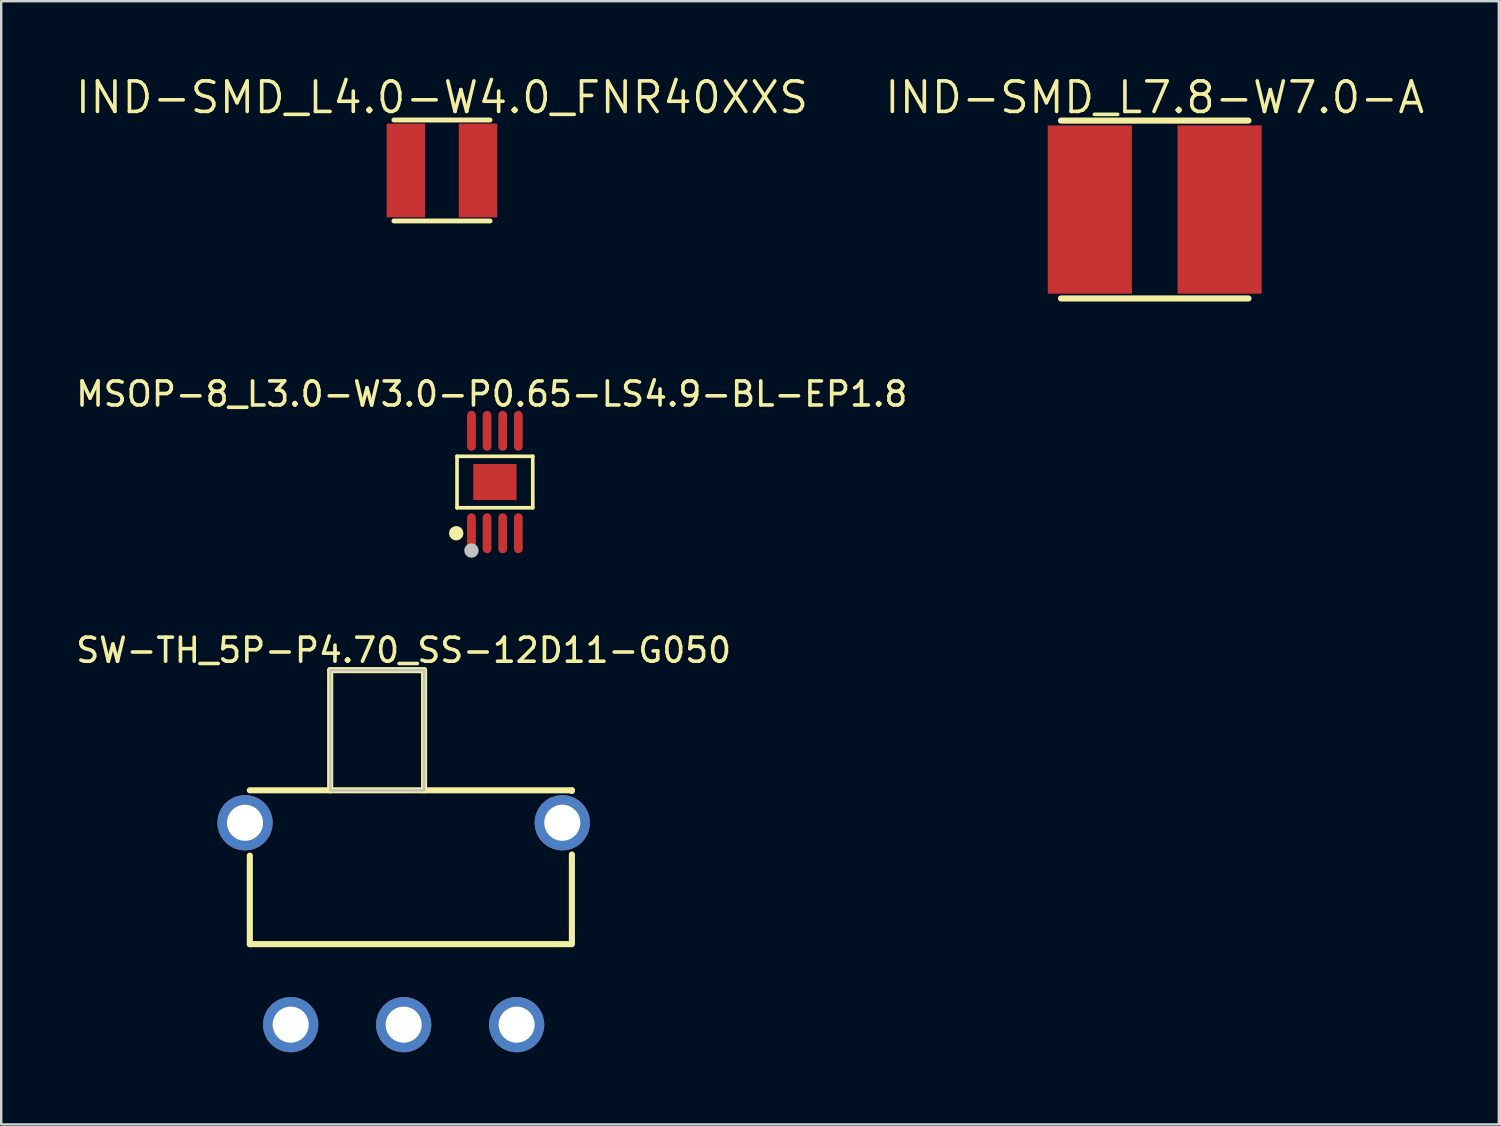
<source format=kicad_pcb>
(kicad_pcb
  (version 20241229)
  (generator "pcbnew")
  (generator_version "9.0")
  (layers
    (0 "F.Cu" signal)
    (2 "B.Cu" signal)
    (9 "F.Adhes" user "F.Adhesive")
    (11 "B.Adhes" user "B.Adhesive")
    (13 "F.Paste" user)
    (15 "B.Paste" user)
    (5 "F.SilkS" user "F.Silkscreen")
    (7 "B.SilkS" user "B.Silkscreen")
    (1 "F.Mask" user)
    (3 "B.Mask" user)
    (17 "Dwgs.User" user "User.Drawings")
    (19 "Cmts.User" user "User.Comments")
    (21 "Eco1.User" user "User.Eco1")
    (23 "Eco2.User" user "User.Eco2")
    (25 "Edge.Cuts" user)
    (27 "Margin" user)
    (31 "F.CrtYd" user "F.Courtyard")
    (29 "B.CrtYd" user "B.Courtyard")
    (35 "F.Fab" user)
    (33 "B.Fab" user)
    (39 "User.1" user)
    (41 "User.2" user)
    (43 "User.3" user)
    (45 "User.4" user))
  (footprint "MSOP-8_L3.0-W3.0-P0.65-LS4.9-BL-EP1.8"
    (layer "F.Cu")
    (at 17.54 17.005)
    (property "Reference" "MSOP-8_L3.0-W3.0-P0.65-LS4.9-BL-EP1.8" (at -0.129 -3.662 0) (layer "F.SilkS") (effects (font (size 1 1) (thickness 0.15))))
    (fp_line (start -1.576 -1.071) (end 1.576 -1.071) (stroke (width 0.152) (type default)) (layer "F.SilkS"))
    (fp_line (start -1.576 1.071) (end -1.576 -1.071) (stroke (width 0.152) (type default)) (layer "F.SilkS"))
    (fp_line (start 1.576 -1.071) (end 1.576 1.071) (stroke (width 0.152) (type default)) (layer "F.SilkS"))
    (fp_line (start 1.576 1.071) (end -1.576 1.071) (stroke (width 0.152) (type default)) (layer "F.SilkS"))
    (fp_circle (center -1.609 2.131) (end -1.459 2.131) (stroke (width 0.3) (type default)) (fill no) (layer "F.SilkS"))
    (fp_circle (center -0.975 2.85) (end -0.825 2.85) (stroke (width 0.3) (type default)) (fill no) (layer "Dwgs.User"))
    (fp_poly (pts (xy -1.133 -1.9) (xy -1.133 -2.45) (xy -0.818 -2.45) (xy -0.818 -1.9)) (stroke (width 0.1) (type default)) (fill no) (layer "User.1"))
    (fp_poly (pts (xy -1.133 -1.49) (xy -1.133 -1.91) (xy -0.818 -1.91) (xy -0.818 -1.49)) (stroke (width 0.1) (type default)) (fill no) (layer "User.1"))
    (fp_poly (pts (xy -1.133 1.91) (xy -1.133 1.49) (xy -0.818 1.49) (xy -0.818 1.91)) (stroke (width 0.1) (type default)) (fill no) (layer "User.1"))
    (fp_poly (pts (xy -1.133 2.45) (xy -1.133 1.9) (xy -0.818 1.9) (xy -0.818 2.45)) (stroke (width 0.1) (type default)) (fill no) (layer "User.1"))
    (fp_poly (pts (xy -0.9 0.75) (xy -0.9 -0.75) (xy 0.9 -0.75) (xy 0.9 0.75)) (stroke (width 0.1) (type default)) (fill no) (layer "User.1"))
    (fp_poly (pts (xy -0.482 -1.9) (xy -0.482 -2.45) (xy -0.168 -2.45) (xy -0.168 -1.9)) (stroke (width 0.1) (type default)) (fill no) (layer "User.1"))
    (fp_poly (pts (xy -0.482 -1.49) (xy -0.482 -1.91) (xy -0.168 -1.91) (xy -0.168 -1.49)) (stroke (width 0.1) (type default)) (fill no) (layer "User.1"))
    (fp_poly (pts (xy -0.482 1.91) (xy -0.482 1.49) (xy -0.168 1.49) (xy -0.168 1.91)) (stroke (width 0.1) (type default)) (fill no) (layer "User.1"))
    (fp_poly (pts (xy -0.482 2.45) (xy -0.482 1.9) (xy -0.168 1.9) (xy -0.168 2.45)) (stroke (width 0.1) (type default)) (fill no) (layer "User.1"))
    (fp_poly (pts (xy 0.168 -1.9) (xy 0.168 -2.45) (xy 0.482 -2.45) (xy 0.482 -1.9)) (stroke (width 0.1) (type default)) (fill no) (layer "User.1"))
    (fp_poly (pts (xy 0.168 -1.49) (xy 0.168 -1.91) (xy 0.482 -1.91) (xy 0.482 -1.49)) (stroke (width 0.1) (type default)) (fill no) (layer "User.1"))
    (fp_poly (pts (xy 0.168 1.91) (xy 0.168 1.49) (xy 0.482 1.49) (xy 0.482 1.91)) (stroke (width 0.1) (type default)) (fill no) (layer "User.1"))
    (fp_poly (pts (xy 0.168 2.45) (xy 0.168 1.9) (xy 0.482 1.9) (xy 0.482 2.45)) (stroke (width 0.1) (type default)) (fill no) (layer "User.1"))
    (fp_poly (pts (xy 0.818 -1.9) (xy 0.818 -2.45) (xy 1.133 -2.45) (xy 1.133 -1.9)) (stroke (width 0.1) (type default)) (fill no) (layer "User.1"))
    (fp_poly (pts (xy 0.818 -1.49) (xy 0.818 -1.91) (xy 1.133 -1.91) (xy 1.133 -1.49)) (stroke (width 0.1) (type default)) (fill no) (layer "User.1"))
    (fp_poly (pts (xy 0.818 1.91) (xy 0.818 1.49) (xy 1.133 1.49) (xy 1.133 1.91)) (stroke (width 0.1) (type default)) (fill no) (layer "User.1"))
    (fp_poly (pts (xy 0.818 2.45) (xy 0.818 1.9) (xy 1.133 1.9) (xy 1.133 2.45)) (stroke (width 0.1) (type default)) (fill no) (layer "User.1"))
    (fp_line (start -1.5 -1.5) (end 1.5 -1.5) (stroke (width 0.051) (type default)) (layer "User.2"))
    (fp_line (start -1.5 1.5) (end -1.5 -1.5) (stroke (width 0.051) (type default)) (layer "User.2"))
    (fp_line (start 1.5 -1.5) (end 1.5 1.5) (stroke (width 0.051) (type default)) (layer "User.2"))
    (fp_line (start 1.5 1.5) (end -1.5 1.5) (stroke (width 0.051) (type default)) (layer "User.2"))
    (fp_poly (pts (xy -1.445 2.427) (xy -1.477 2.395) (xy -1.523 2.395) (xy -1.555 2.427) (xy -1.555 2.473) (xy -1.523 2.505) (xy -1.477 2.505) (xy -1.445 2.473)) (stroke (width 0.1) (type default)) (fill no) (layer "User.3"))
    (pad "1" smd oval (at -0.975 2.131) (size 0.364 1.662) (layers "F.Cu" "F.Mask" "F.Paste"))
    (pad "2" smd oval (at -0.325 2.131) (size 0.364 1.662) (layers "F.Cu" "F.Mask" "F.Paste"))
    (pad "3" smd oval (at 0.325 2.131) (size 0.364 1.662) (layers "F.Cu" "F.Mask" "F.Paste"))
    (pad "4" smd oval (at 0.975 2.131) (size 0.364 1.662) (layers "F.Cu" "F.Mask" "F.Paste"))
    (pad "5" smd oval (at 0.975 -2.131) (size 0.364 1.662) (layers "F.Cu" "F.Mask" "F.Paste"))
    (pad "6" smd oval (at 0.325 -2.131) (size 0.364 1.662) (layers "F.Cu" "F.Mask" "F.Paste"))
    (pad "7" smd oval (at -0.325 -2.131) (size 0.364 1.662) (layers "F.Cu" "F.Mask" "F.Paste"))
    (pad "8" smd oval (at -0.975 -2.131) (size 0.364 1.662) (layers "F.Cu" "F.Mask" "F.Paste"))
    (pad "9" smd rect (at 0 0 90) (size 1.5 1.8) (layers "F.Cu" "F.Mask" "F.Paste")))
  (footprint "IND-SMD_L4.0-W4.0_FNR40XXS"
    (layer "F.Cu")
    (at 15.338 4.043)
    (property "Reference" "IND-SMD_L4.0-W4.0_FNR40XXS" (at 0 -3.037 0) (layer "F.SilkS") (effects (font (size 1.27 1.27) (thickness 0.15))))
    (fp_line (start -2 -2.1) (end 2 -2.1) (stroke (width 0.203) (type default)) (layer "F.SilkS"))
    (fp_line (start -2 2.1) (end 2 2.1) (stroke (width 0.203) (type default)) (layer "F.SilkS"))
    (fp_circle (center -2 2.003) (end -1.97 2.003) (stroke (width 0.06) (type default)) (fill no) (layer "User.5"))
    (pad "1" smd rect (at -1.5 0) (size 1.6 3.9) (layers "F.Cu" "F.Mask" "F.Paste"))
    (pad "2" smd rect (at 1.5 0) (size 1.6 3.9) (layers "F.Cu" "F.Mask" "F.Paste"))
    (zone (net_name "") (layer "User.3") (hatch edge 0.5) (priority 100) (connect_pads yes) (min_thickness 0) (filled_areas_thickness no) (fill yes) (polygon (pts (xy 13.338 6.043) (xy 13.338 2.043) (xy 17.338 2.043) (xy 17.338 6.043))) (filled_polygon (layer "User.3") (island) (pts (xy 13.338 6.043) (xy 13.338 2.043) (xy 17.338 2.043) (xy 17.338 6.043))))
    (zone (net_name "") (layer "User.4") (hatch edge 0.5) (priority 100) (connect_pads yes) (min_thickness 0) (filled_areas_thickness no) (fill yes) (polygon (pts (xy 14.288 2.393) (xy 14.288 5.693) (xy 13.338 5.693) (xy 13.338 2.393))) (filled_polygon (layer "User.4") (island) (pts (xy 14.288 2.393) (xy 14.288 5.693) (xy 13.338 5.693) (xy 13.338 2.393))))
    (zone (net_name "") (layer "User.4") (hatch edge 0.5) (priority 100) (connect_pads yes) (min_thickness 0) (filled_areas_thickness no) (fill yes) (polygon (pts (xy 17.339 2.393) (xy 17.339 5.693) (xy 16.389 5.693) (xy 16.389 2.393))) (filled_polygon (layer "User.4") (island) (pts (xy 17.339 2.393) (xy 17.339 5.693) (xy 16.389 5.693) (xy 16.389 2.393)))))
  (footprint "IND-SMD_L7.8-W7.0-A"
    (layer "F.Cu")
    (at 44.992 5.668)
    (property "Reference" "IND-SMD_L7.8-W7.0-A" (at 0 -4.662 0) (layer "F.SilkS") (effects (font (size 1.27 1.27) (thickness 0.15))))
    (fp_line (start -3.9 -3.7) (end 3.9 -3.7) (stroke (width 0.254) (type default)) (layer "F.SilkS"))
    (fp_line (start -3.9 3.7) (end 3.9 3.7) (stroke (width 0.254) (type default)) (layer "F.SilkS"))
    (fp_circle (center -3.9 3.5) (end -3.87 3.5) (stroke (width 0.06) (type default)) (fill no) (layer "User.5"))
    (pad "1" smd rect (at -2.7 0) (size 3.5 7) (layers "F.Cu" "F.Mask" "F.Paste"))
    (pad "2" smd rect (at 2.7 0) (size 3.5 7) (layers "F.Cu" "F.Mask" "F.Paste"))
    (zone (net_name "") (layer "User.3") (hatch edge 0.5) (priority 100) (connect_pads yes) (min_thickness 0) (filled_areas_thickness no) (fill yes) (polygon (pts (xy 47.092 2.378) (xy 46.712 2.168) (xy 46.707 2.168) (xy 46.352 2.168) (xy 45.092 2.168) (xy 44.892 2.168) (xy 43.272 2.168) (xy 42.997 2.323) (xy 42.467 2.658) (xy 42.152 3.033) (xy 41.692 3.588) (xy 41.362 4.213) (xy 41.187 4.863) (xy 41.107 5.358) (xy 41.127 5.973) (xy 41.262 6.853) (xy 41.577 7.538) (xy 41.882 8.018) (xy 42.197 8.393) (xy 42.502 8.683) (xy 42.722 8.838) (xy 42.892 8.958) (xy 43.272 9.168) (xy 43.277 9.168) (xy 43.632 9.168) (xy 44.892 9.168) (xy 45.092 9.168) (xy 46.712 9.168) (xy 46.987 9.013) (xy 47.517 8.678) (xy 47.832 8.303) (xy 48.292 7.748) (xy 48.622 7.123) (xy 48.797 6.473) (xy 48.877 5.978) (xy 48.857 5.363) (xy 48.722 4.483) (xy 48.407 3.798) (xy 48.102 3.318) (xy 47.787 2.943) (xy 47.482 2.653) (xy 47.262 2.498))) (filled_polygon (layer "User.3") (island) (pts (xy 47.092 2.378) (xy 46.712 2.168) (xy 46.707 2.168) (xy 46.352 2.168) (xy 45.092 2.168) (xy 44.892 2.168) (xy 43.272 2.168) (xy 42.997 2.323) (xy 42.467 2.658) (xy 42.152 3.033) (xy 41.692 3.588) (xy 41.362 4.213) (xy 41.187 4.863) (xy 41.107 5.358) (xy 41.127 5.973) (xy 41.262 6.853) (xy 41.577 7.538) (xy 41.882 8.018) (xy 42.197 8.393) (xy 42.502 8.683) (xy 42.722 8.838) (xy 42.892 8.958) (xy 43.272 9.168) (xy 43.277 9.168) (xy 43.632 9.168) (xy 44.892 9.168) (xy 45.092 9.168) (xy 46.712 9.168) (xy 46.987 9.013) (xy 47.517 8.678) (xy 47.832 8.303) (xy 48.292 7.748) (xy 48.622 7.123) (xy 48.797 6.473) (xy 48.877 5.978) (xy 48.857 5.363) (xy 48.722 4.483) (xy 48.407 3.798) (xy 48.102 3.318) (xy 47.787 2.943) (xy 47.482 2.653) (xy 47.262 2.498))))
    (zone (net_name "") (layer "User.4") (hatch edge 0.5) (priority 100) (connect_pads yes) (min_thickness 0) (filled_areas_thickness no) (fill yes) (polygon (pts (xy 43.992 2.168) (xy 43.992 9.168) (xy 43.272 9.168) (xy 42.892 8.958) (xy 42.502 8.683) (xy 42.197 8.393) (xy 41.882 8.018) (xy 41.577 7.538) (xy 41.262 6.853) (xy 41.127 5.973) (xy 41.107 5.358) (xy 41.187 4.863) (xy 41.362 4.213) (xy 41.692 3.588) (xy 42.152 3.033) (xy 42.467 2.658) (xy 42.997 2.323) (xy 43.272 2.168))) (filled_polygon (layer "User.4") (island) (pts (xy 43.992 2.168) (xy 43.992 9.168) (xy 43.272 9.168) (xy 42.892 8.958) (xy 42.502 8.683) (xy 42.197 8.393) (xy 41.882 8.018) (xy 41.577 7.538) (xy 41.262 6.853) (xy 41.127 5.973) (xy 41.107 5.358) (xy 41.187 4.863) (xy 41.362 4.213) (xy 41.692 3.588) (xy 42.152 3.033) (xy 42.467 2.658) (xy 42.997 2.323) (xy 43.272 2.168))))
    (zone (net_name "") (layer "User.4") (hatch edge 0.5) (priority 100) (connect_pads yes) (min_thickness 0) (filled_areas_thickness no) (fill yes) (polygon (pts (xy 45.992 9.168) (xy 45.992 2.168) (xy 46.712 2.168) (xy 47.092 2.378) (xy 47.482 2.653) (xy 47.787 2.943) (xy 48.102 3.318) (xy 48.407 3.798) (xy 48.722 4.483) (xy 48.857 5.363) (xy 48.877 5.978) (xy 48.797 6.473) (xy 48.622 7.123) (xy 48.292 7.748) (xy 47.832 8.303) (xy 47.517 8.678) (xy 46.987 9.013) (xy 46.712 9.168))) (filled_polygon (layer "User.4") (island) (pts (xy 45.992 9.168) (xy 45.992 2.168) (xy 46.712 2.168) (xy 47.092 2.378) (xy 47.482 2.653) (xy 47.787 2.943) (xy 48.102 3.318) (xy 48.407 3.798) (xy 48.722 4.483) (xy 48.857 5.363) (xy 48.877 5.978) (xy 48.797 6.473) (xy 48.622 7.123) (xy 48.292 7.748) (xy 47.832 8.303) (xy 47.517 8.678) (xy 46.987 9.013) (xy 46.712 9.168)))))
  (footprint "SW-TH_5P-P4.70_SS-12D11-G050"
    (layer "F.Cu")
    (at 13.744 35.381)
    (property "Reference" "SW-TH_5P-P4.70_SS-12D11-G050" (at 0 -11.377 0) (layer "F.SilkS") (effects (font (size 1 1) (thickness 0.15))))
    (fp_line (start -6.4 -5.55) (end 7 -5.55) (stroke (width 0.254) (type default)) (layer "F.SilkS"))
    (fp_line (start -6.4 0.85) (end -6.4 -2.833) (stroke (width 0.254) (type default)) (layer "F.SilkS"))
    (fp_line (start -3.057 -10.55) (end 0.85 -10.55) (stroke (width 0.254) (type default)) (layer "F.SilkS"))
    (fp_line (start -3.057 -5.55) (end -3.057 -10.55) (stroke (width 0.254) (type default)) (layer "F.SilkS"))
    (fp_line (start 0.85 -10.55) (end 0.85 -5.55) (stroke (width 0.254) (type default)) (layer "F.SilkS"))
    (fp_line (start 6.4 0.85) (end -6.4 0.85) (stroke (width 0.254) (type default)) (layer "F.SilkS"))
    (fp_line (start 6.4 0.85) (end 7 0.85) (stroke (width 0.254) (type default)) (layer "F.SilkS"))
    (fp_line (start 7 -5.55) (end 7 -5.522) (stroke (width 0.254) (type default)) (layer "F.SilkS"))
    (fp_line (start 7 -2.878) (end 7 0.8) (stroke (width 0.254) (type default)) (layer "F.SilkS"))
    (fp_poly (pts (xy -3.05 -10.55) (xy -3.05 -5.55) (xy 0.85 -5.55) (xy 0.85 -10.55)) (stroke (width 0.1) (type default)) (fill no) (layer "Dwgs.User"))
    (fp_poly (pts (xy -6.95 -4.8) (xy -6.25 -4.8) (xy -6.25 -3.6) (xy -6.95 -3.6)) (stroke (width 0.1) (type default)) (fill no) (layer "User.1"))
    (fp_poly (pts (xy -5.05 3.55) (xy -4.35 3.55) (xy -4.35 4.85) (xy -5.05 4.85)) (stroke (width 0.1) (type default)) (fill no) (layer "User.1"))
    (fp_poly (pts (xy -5.05 3.75) (xy -4.35 3.75) (xy -4.35 0.8) (xy -5.05 0.8)) (stroke (width 0.1) (type default)) (fill no) (layer "User.1"))
    (fp_poly (pts (xy -0.35 3.55) (xy 0.35 3.55) (xy 0.35 4.85) (xy -0.35 4.85)) (stroke (width 0.1) (type default)) (fill no) (layer "User.1"))
    (fp_poly (pts (xy -0.35 3.75) (xy 0.35 3.75) (xy 0.35 0.8) (xy -0.35 0.8)) (stroke (width 0.1) (type default)) (fill no) (layer "User.1"))
    (fp_poly (pts (xy 4.35 3.55) (xy 5.05 3.55) (xy 5.05 4.85) (xy 4.35 4.85)) (stroke (width 0.1) (type default)) (fill no) (layer "User.1"))
    (fp_poly (pts (xy 4.35 3.75) (xy 5.05 3.75) (xy 5.05 0.8) (xy 4.35 0.8)) (stroke (width 0.1) (type default)) (fill no) (layer "User.1"))
    (fp_poly (pts (xy 6.25 -4.8) (xy 6.95 -4.8) (xy 6.95 -3.6) (xy 6.25 -3.6)) (stroke (width 0.1) (type default)) (fill no) (layer "User.1"))
    (fp_line (start -6.4 -5.55) (end -6.4 0.85) (stroke (width 0.051) (type default)) (layer "User.2"))
    (fp_line (start -6.4 0.85) (end 7 0.85) (stroke (width 0.051) (type default)) (layer "User.2"))
    (fp_line (start -3.05 -10.55) (end -3.05 -5.55) (stroke (width 0.051) (type default)) (layer "User.2"))
    (fp_line (start -3.05 -5.55) (end -6.4 -5.55) (stroke (width 0.051) (type default)) (layer "User.2"))
    (fp_line (start 0.85 -10.55) (end -3.05 -10.55) (stroke (width 0.051) (type default)) (layer "User.2"))
    (fp_line (start 0.85 -5.55) (end 0.85 -10.55) (stroke (width 0.051) (type default)) (layer "User.2"))
    (fp_line (start 7 -5.55) (end 0.85 -5.55) (stroke (width 0.051) (type default)) (layer "User.2"))
    (fp_line (start 7 0.85) (end 7 -5.55) (stroke (width 0.051) (type default)) (layer "User.2"))
    (fp_poly (pts (xy -6.895 4.827) (xy -6.927 4.795) (xy -6.973 4.795) (xy -7.005 4.827) (xy -7.005 4.873) (xy -6.973 4.905) (xy -6.927 4.905) (xy -6.895 4.873)) (stroke (width 0.1) (type default)) (fill no) (layer "User.3"))
    (pad "1" thru_hole circle (at -4.7 4.2) (size 2.3 2.3) (drill 1.5) (layers "*.Cu" "*.Mask"))
    (pad "2" thru_hole circle (at 0 4.2) (size 2.3 2.3) (drill 1.5) (layers "*.Cu" "*.Mask"))
    (pad "3" thru_hole circle (at 4.7 4.2) (size 2.3 2.3) (drill 1.5) (layers "*.Cu" "*.Mask"))
    (pad "4" thru_hole circle (at 6.6 -4.2) (size 2.3 2.3) (drill 1.5) (layers "*.Cu" "*.Mask"))
    (pad "5" thru_hole circle (at -6.6 -4.2) (size 2.3 2.3) (drill 1.5) (layers "*.Cu" "*.Mask")))
  (gr_rect
    (start -3 -3)
    (end 59.309 43.731)
    (stroke (width 0.1) (type default))
    (fill no)
    (layer "Edge.Cuts")))
</source>
